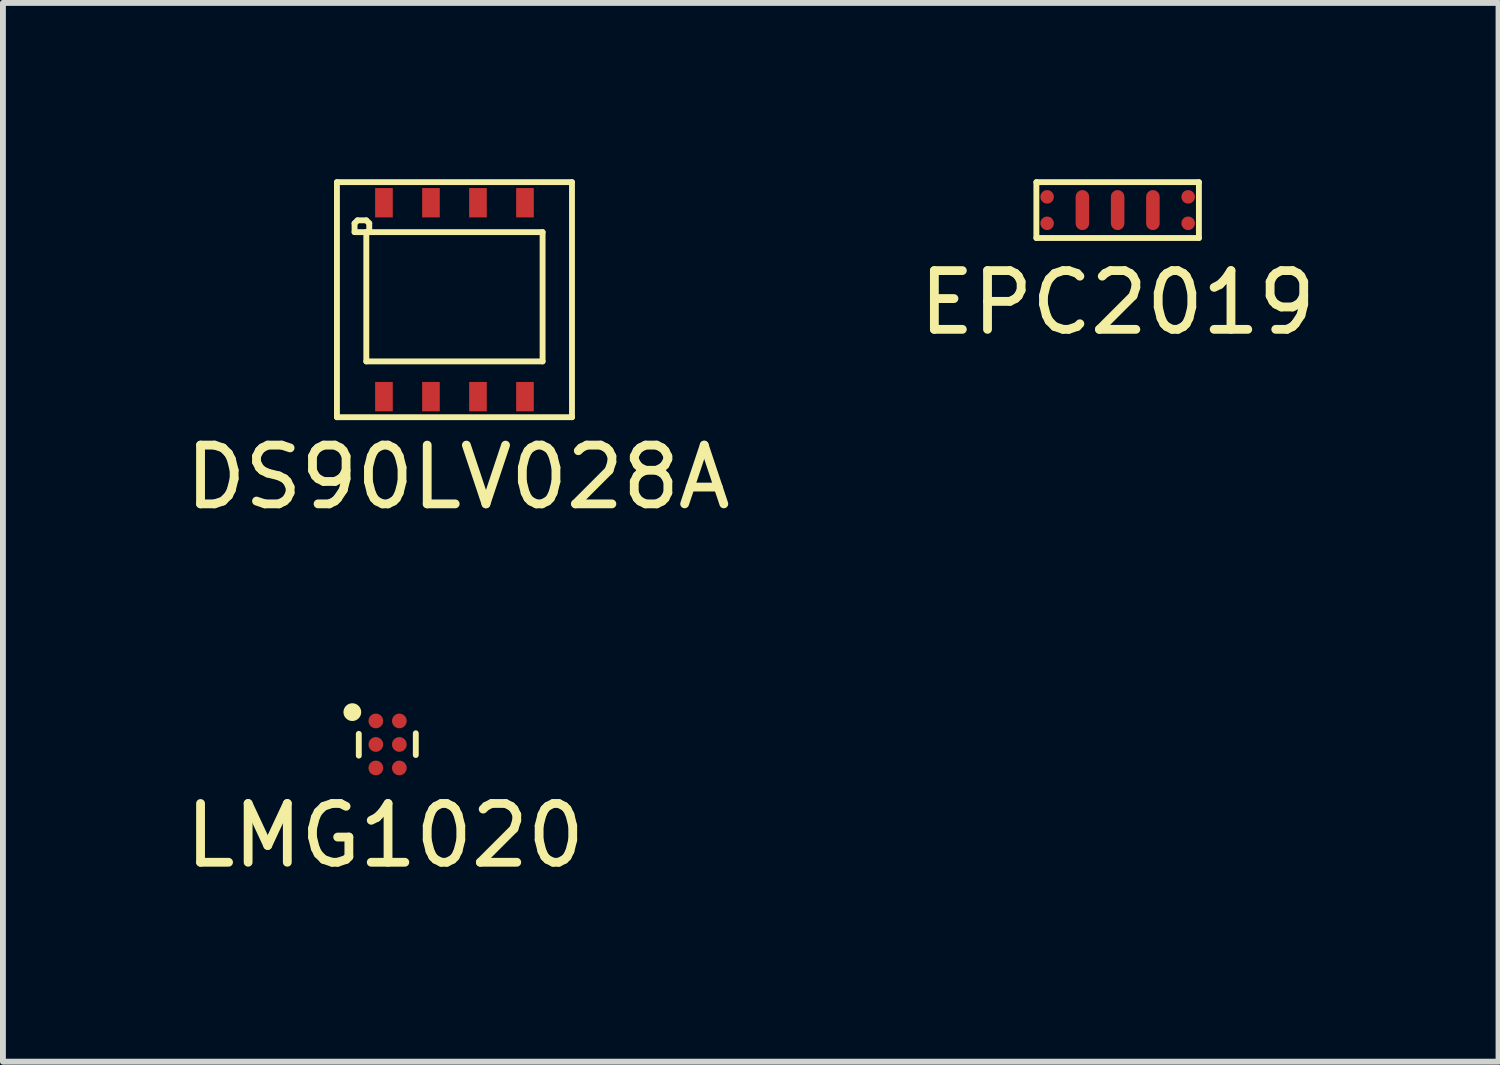
<source format=kicad_pcb>
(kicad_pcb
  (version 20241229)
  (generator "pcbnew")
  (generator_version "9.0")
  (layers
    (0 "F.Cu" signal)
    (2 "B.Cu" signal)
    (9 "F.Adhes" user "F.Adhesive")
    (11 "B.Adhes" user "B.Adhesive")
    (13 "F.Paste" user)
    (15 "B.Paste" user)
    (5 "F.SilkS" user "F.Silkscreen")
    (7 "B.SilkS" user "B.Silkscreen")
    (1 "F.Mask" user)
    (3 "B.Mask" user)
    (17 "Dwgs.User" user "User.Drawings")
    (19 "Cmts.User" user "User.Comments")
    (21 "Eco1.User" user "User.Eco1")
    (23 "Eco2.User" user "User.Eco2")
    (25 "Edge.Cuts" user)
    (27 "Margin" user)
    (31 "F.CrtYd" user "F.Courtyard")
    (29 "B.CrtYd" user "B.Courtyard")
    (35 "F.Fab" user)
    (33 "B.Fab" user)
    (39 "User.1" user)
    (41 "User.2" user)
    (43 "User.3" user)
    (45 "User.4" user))
  (footprint "DS90LV028A"
    (layer "F.Cu")
    (at 2.684 4.05)
    (property "Reference" "DS90LV028A" (at 2.06 1.02 0) (layer "F.SilkS") (effects (font (size 1 1) (thickness 0.15))))
    (attr through_hole)
    (fp_line (start 0 -4) (end 0 0) (stroke (width 0.1) (type solid)) (layer "F.SilkS"))
    (fp_line (start 0 0) (end 4 0) (stroke (width 0.1) (type solid)) (layer "F.SilkS"))
    (fp_line (start 0.3 -3.3) (end 0.35 -3.35) (stroke (width 0.1) (type solid)) (layer "F.SilkS"))
    (fp_line (start 0.3 -3.15) (end 0.3 -3.3) (stroke (width 0.1) (type solid)) (layer "F.SilkS"))
    (fp_line (start 0.35 -3.35) (end 0.5 -3.35) (stroke (width 0.1) (type solid)) (layer "F.SilkS"))
    (fp_line (start 0.5 -3.35) (end 0.55 -3.3) (stroke (width 0.1) (type solid)) (layer "F.SilkS"))
    (fp_line (start 0.5 -3.15) (end 0.3 -3.15) (stroke (width 0.1) (type solid)) (layer "F.SilkS"))
    (fp_line (start 0.5 -3.15) (end 3.5 -3.15) (stroke (width 0.1) (type solid)) (layer "F.SilkS"))
    (fp_line (start 0.5 -0.95) (end 0.5 -3.15) (stroke (width 0.1) (type solid)) (layer "F.SilkS"))
    (fp_line (start 0.55 -3.3) (end 0.55 -3.15) (stroke (width 0.1) (type solid)) (layer "F.SilkS"))
    (fp_line (start 3.5 -3.15) (end 3.5 -0.95) (stroke (width 0.1) (type solid)) (layer "F.SilkS"))
    (fp_line (start 3.5 -0.95) (end 0.5 -0.95) (stroke (width 0.1) (type solid)) (layer "F.SilkS"))
    (fp_line (start 4 -4) (end 0 -4) (stroke (width 0.1) (type solid)) (layer "F.SilkS"))
    (fp_line (start 4 0) (end 4 -4) (stroke (width 0.1) (type solid)) (layer "F.SilkS"))
    (pad "1" smd rect (at 0.8 -3.65) (size 0.3 0.5) (layers "F.Cu" "F.Mask" "F.Paste"))
    (pad "2" smd rect (at 1.6 -3.65) (size 0.3 0.5) (layers "F.Cu" "F.Mask" "F.Paste"))
    (pad "3" smd rect (at 2.4 -3.65) (size 0.3 0.5) (layers "F.Cu" "F.Mask" "F.Paste"))
    (pad "4" smd rect (at 3.2 -3.65) (size 0.3 0.5) (layers "F.Cu" "F.Mask" "F.Paste"))
    (pad "5" smd rect (at 3.2 -0.35) (size 0.3 0.5) (layers "F.Cu" "F.Mask" "F.Paste"))
    (pad "6" smd rect (at 2.4 -0.35) (size 0.3 0.5) (layers "F.Cu" "F.Mask" "F.Paste"))
    (pad "7" smd rect (at 1.6 -0.35) (size 0.3 0.5) (layers "F.Cu" "F.Mask" "F.Paste"))
    (pad "8" smd rect (at 0.8 -0.35) (size 0.3 0.5) (layers "F.Cu" "F.Mask" "F.Paste")))
  (footprint "EPC2019"
    (layer "F.Cu")
    (at 14.587 1)
    (property "Reference" "EPC2019" (at 1.383 1.1 0) (layer "F.SilkS") (effects (font (size 1 1) (thickness 0.15))))
    (attr through_hole)
    (fp_line (start 0 -0.95) (end 2.766 -0.95) (stroke (width 0.1) (type solid)) (layer "F.SilkS"))
    (fp_line (start 0 0) (end 0 -0.95) (stroke (width 0.1) (type solid)) (layer "F.SilkS"))
    (fp_line (start 2.766 -0.95) (end 2.766 0) (stroke (width 0.1) (type solid)) (layer "F.SilkS"))
    (fp_line (start 2.766 0) (end 0 0) (stroke (width 0.1) (type solid)) (layer "F.SilkS"))
    (pad "1" smd circle (at 0.183 -0.7) (size 0.23 0.23) (layers "F.Cu" "F.Mask" "F.Paste"))
    (pad "2" smd circle (at 0.183 -0.25) (size 0.23 0.23) (layers "F.Cu" "F.Mask" "F.Paste"))
    (pad "3" smd oval (at 0.783 -0.475) (size 0.23 0.68) (layers "F.Cu" "F.Mask" "F.Paste"))
    (pad "4" smd oval (at 1.383 -0.475) (size 0.23 0.68) (layers "F.Cu" "F.Mask" "F.Paste"))
    (pad "5" smd oval (at 1.983 -0.475) (size 0.23 0.68) (layers "F.Cu" "F.Mask" "F.Paste"))
    (pad "6" smd circle (at 2.583 -0.25) (size 0.23 0.23) (layers "F.Cu" "F.Mask" "F.Paste"))
    (pad "7" smd circle (at 2.583 -0.7) (size 0.23 0.23) (layers "F.Cu" "F.Mask" "F.Paste")))
  (footprint "LMG1020"
    (layer "F.Cu")
    (at 3.346 10.019)
    (property "Reference" "LMG1020" (at 0.16 1.15 0) (layer "F.SilkS") (effects (font (size 1 1) (thickness 0.15))))
    (attr through_hole)
    (fp_line (start -0.29 -0.58) (end -0.29 -0.21) (stroke (width 0.1) (type solid)) (layer "F.SilkS"))
    (fp_line (start 0.68 -0.59) (end 0.68 -0.22) (stroke (width 0.1) (type solid)) (layer "F.SilkS"))
    (fp_circle (center -0.4 -0.95) (end -0.43 -0.88) (stroke (width 0.15) (type solid)) (fill no) (layer "F.SilkS"))
    (pad "A1" smd circle (at 0 -0.8) (size 0.25 0.25) (layers "F.Cu" "F.Mask" "F.Paste"))
    (pad "A2" smd circle (at 0.4 -0.8) (size 0.25 0.25) (layers "F.Cu" "F.Mask" "F.Paste"))
    (pad "B1" smd circle (at 0 -0.4) (size 0.25 0.25) (layers "F.Cu" "F.Mask" "F.Paste"))
    (pad "B2" smd circle (at 0.4 -0.4) (size 0.25 0.25) (layers "F.Cu" "F.Mask" "F.Paste"))
    (pad "C1" smd circle (at 0 0) (size 0.25 0.25) (layers "F.Cu" "F.Mask" "F.Paste"))
    (pad "C2" smd circle (at 0.4 0) (size 0.25 0.25) (layers "F.Cu" "F.Mask" "F.Paste")))
  (gr_rect
    (start -3 -3)
    (end 22.452 15.018)
    (stroke (width 0.1) (type default))
    (fill no)
    (layer "Edge.Cuts")))
</source>
